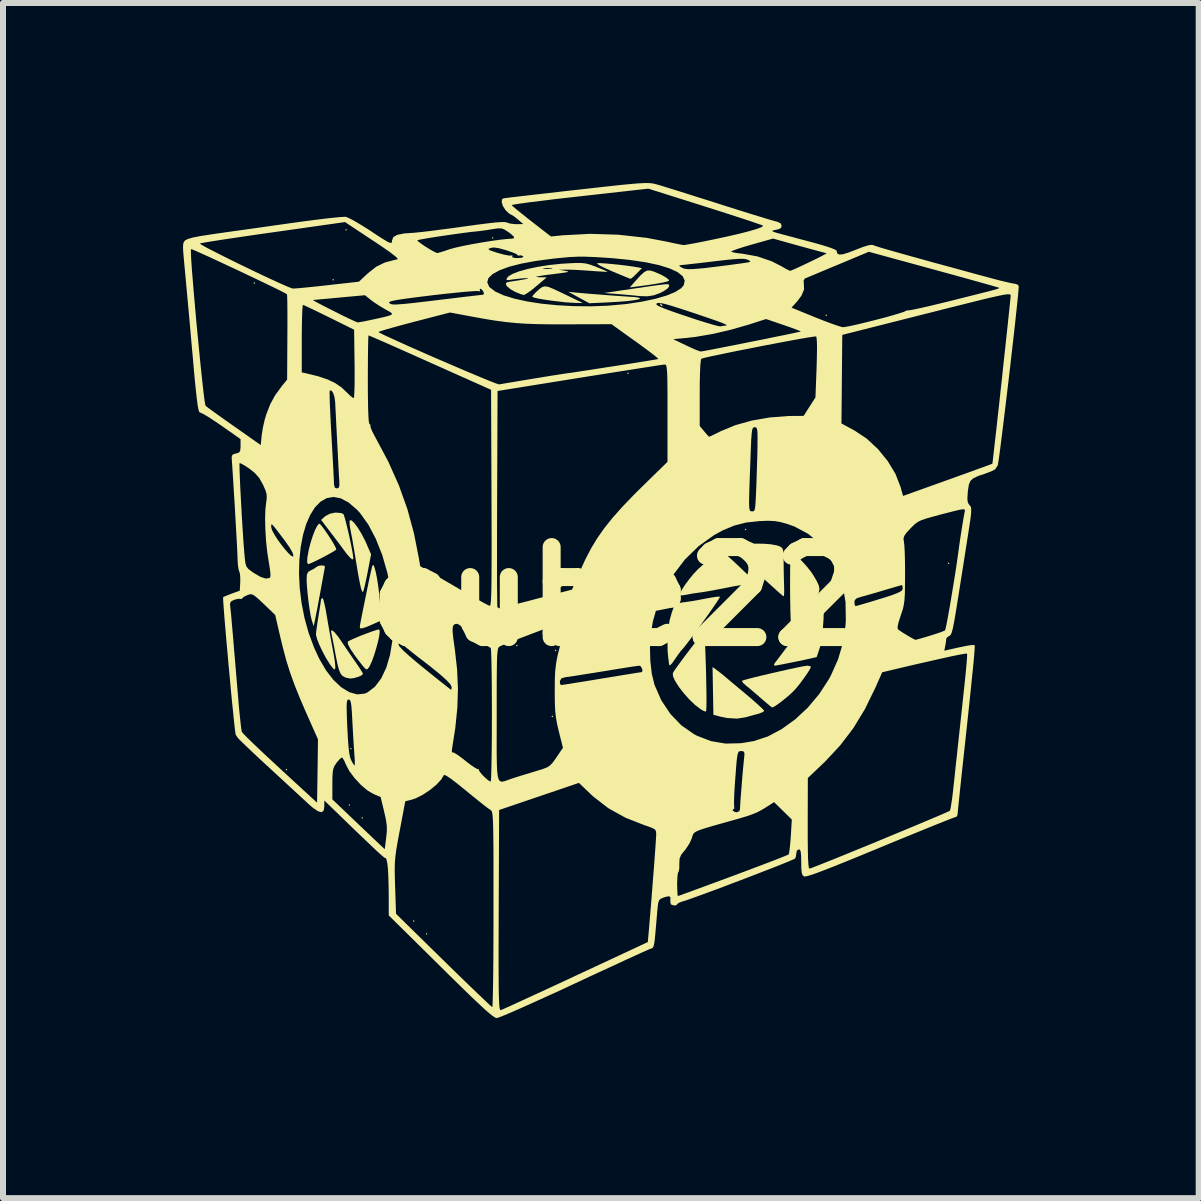
<source format=kicad_pcb>
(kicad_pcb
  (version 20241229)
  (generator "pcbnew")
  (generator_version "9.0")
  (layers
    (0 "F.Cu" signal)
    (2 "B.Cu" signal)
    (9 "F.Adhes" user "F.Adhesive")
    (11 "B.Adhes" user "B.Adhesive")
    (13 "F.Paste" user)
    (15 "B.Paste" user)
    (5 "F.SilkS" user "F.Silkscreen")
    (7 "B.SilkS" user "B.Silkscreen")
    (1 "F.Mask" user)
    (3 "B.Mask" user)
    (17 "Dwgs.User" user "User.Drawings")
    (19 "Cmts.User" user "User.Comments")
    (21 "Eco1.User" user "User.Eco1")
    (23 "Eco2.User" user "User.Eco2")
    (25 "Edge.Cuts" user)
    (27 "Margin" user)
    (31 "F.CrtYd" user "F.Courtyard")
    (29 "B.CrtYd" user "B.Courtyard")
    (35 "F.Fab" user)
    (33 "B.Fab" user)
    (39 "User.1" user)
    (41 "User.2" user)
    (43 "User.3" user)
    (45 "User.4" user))
  (footprint "cube22"
    (layer "F.Cu")
    (at 7.215 6.889)
    (property "Reference" "cube22" (at 0 0 0) (layer "F.SilkS") (effects (font (size 1.5 1.5) (thickness 0.3))))
    (attr board_only exclude_from_pos_files exclude_from_bom)
    (fp_poly (pts (xy -6.014 -5.222) (xy -6.028 -5.209) (xy -6.041 -5.222) (xy -6.028 -5.236)) (stroke (width 0) (type solid)) (fill yes) (layer "F.SilkS"))
    (fp_poly (pts (xy -5.477 2.886) (xy -5.491 2.9) (xy -5.504 2.886) (xy -5.491 2.873)) (stroke (width 0) (type solid)) (fill yes) (layer "F.SilkS"))
    (fp_poly (pts (xy -4.699 -5.276) (xy -4.712 -5.263) (xy -4.726 -5.276) (xy -4.712 -5.289)) (stroke (width 0) (type solid)) (fill yes) (layer "F.SilkS"))
    (fp_poly (pts (xy -4.484 -6.108) (xy -4.497 -6.095) (xy -4.511 -6.108) (xy -4.497 -6.122)) (stroke (width 0) (type solid)) (fill yes) (layer "F.SilkS"))
    (fp_poly (pts (xy -4.43 3.477) (xy -4.444 3.49) (xy -4.457 3.477) (xy -4.444 3.464)) (stroke (width 0) (type solid)) (fill yes) (layer "F.SilkS"))
    (fp_poly (pts (xy -4.403 2.537) (xy -4.417 2.551) (xy -4.43 2.537) (xy -4.417 2.524)) (stroke (width 0) (type solid)) (fill yes) (layer "F.SilkS"))
    (fp_poly (pts (xy -4.215 3.692) (xy -4.229 3.705) (xy -4.242 3.692) (xy -4.229 3.678)) (stroke (width 0) (type solid)) (fill yes) (layer "F.SilkS"))
    (fp_poly (pts (xy -3.356 5.41) (xy -3.37 5.424) (xy -3.383 5.41) (xy -3.37 5.397)) (stroke (width 0) (type solid)) (fill yes) (layer "F.SilkS"))
    (fp_poly (pts (xy -3.141 5.625) (xy -3.155 5.638) (xy -3.168 5.625) (xy -3.155 5.612)) (stroke (width 0) (type solid)) (fill yes) (layer "F.SilkS"))
    (fp_poly (pts (xy -2.041 -5.974) (xy -2.054 -5.961) (xy -2.067 -5.974) (xy -2.054 -5.988)) (stroke (width 0) (type solid)) (fill yes) (layer "F.SilkS"))
    (fp_poly (pts (xy -1.638 0.819) (xy -1.651 0.832) (xy -1.665 0.819) (xy -1.651 0.805)) (stroke (width 0) (type solid)) (fill yes) (layer "F.SilkS"))
    (fp_poly (pts (xy -1.047 2) (xy -1.061 2.014) (xy -1.074 2) (xy -1.061 1.987)) (stroke (width 0) (type solid)) (fill yes) (layer "F.SilkS"))
    (fp_poly (pts (xy -0.993 0.899) (xy -1.007 0.913) (xy -1.02 0.899) (xy -1.007 0.886)) (stroke (width 0) (type solid)) (fill yes) (layer "F.SilkS"))
    (fp_poly (pts (xy 0.215 -3.719) (xy 0.201 -3.705) (xy 0.188 -3.719) (xy 0.201 -3.732)) (stroke (width 0) (type solid)) (fill yes) (layer "F.SilkS"))
    (fp_poly (pts (xy 2.175 -1.114) (xy 2.161 -1.101) (xy 2.148 -1.114) (xy 2.161 -1.128)) (stroke (width 0) (type solid)) (fill yes) (layer "F.SilkS"))
    (fp_poly (pts (xy 3.517 -4.685) (xy 3.504 -4.672) (xy 3.49 -4.685) (xy 3.504 -4.699)) (stroke (width 0) (type solid)) (fill yes) (layer "F.SilkS"))
    (fp_poly (pts (xy 5.558 -0.55) (xy 5.545 -0.537) (xy 5.531 -0.55) (xy 5.545 -0.564)) (stroke (width 0) (type solid)) (fill yes) (layer "F.SilkS"))
    (fp_poly (pts (xy 0.748 -4.876) (xy 0.776 -4.849) (xy 0.771 -4.833) (xy 0.767 -4.833) (xy 0.744 -4.852) (xy 0.736 -4.864) (xy 0.733 -4.882)) (stroke (width 0) (type solid)) (fill yes) (layer "F.SilkS"))
    (fp_poly (pts (xy 0.64 -5.41) (xy 0.649 -5.406) (xy 0.757 -5.359) (xy 0.837 -5.313) (xy 0.881 -5.276) (xy 0.886 -5.263) (xy 0.86 -5.249) (xy 0.787 -5.231) (xy 0.671 -5.21) (xy 0.518 -5.187) (xy 0.364 -5.166) (xy 0.231 -5.149) (xy 0.322 -5.253) (xy 0.407 -5.347) (xy 0.47 -5.404) (xy 0.522 -5.43) (xy 0.575 -5.43)) (stroke (width 0) (type solid)) (fill yes) (layer "F.SilkS"))
    (fp_poly (pts (xy -0.658 -5.062) (xy -0.576 -5.055) (xy -0.454 -5.044) (xy -0.307 -5.033) (xy -0.148 -5.02) (xy 0.009 -5.009) (xy 0.15 -4.999) (xy 0.26 -4.991) (xy 0.302 -4.989) (xy 0.367 -4.981) (xy 0.401 -4.969) (xy 0.403 -4.965) (xy 0.377 -4.95) (xy 0.3 -4.935) (xy 0.177 -4.92) (xy 0.012 -4.908) (xy -0.146 -4.899) (xy -0.443 -4.885) (xy -0.618 -4.98) (xy -0.792 -5.076)) (stroke (width 0) (type solid)) (fill yes) (layer "F.SilkS"))
    (fp_poly (pts (xy -0.182 -5.549) (xy -0.071 -5.539) (xy 0.053 -5.527) (xy 0.175 -5.512) (xy 0.283 -5.497) (xy 0.357 -5.485) (xy 0.433 -5.47) (xy 0.345 -5.38) (xy 0.291 -5.327) (xy 0.252 -5.296) (xy 0.243 -5.292) (xy 0.214 -5.303) (xy 0.146 -5.33) (xy 0.048 -5.371) (xy -0.067 -5.419) (xy -0.18 -5.47) (xy -0.264 -5.511) (xy -0.31 -5.54) (xy -0.312 -5.553) (xy -0.267 -5.554)) (stroke (width 0) (type solid)) (fill yes) (layer "F.SilkS"))
    (fp_poly (pts (xy -1.126 -5.157) (xy -1.052 -5.128) (xy -0.946 -5.079) (xy -0.819 -5.018) (xy -0.55 -4.888) (xy -0.671 -4.891) (xy -0.767 -4.896) (xy -0.855 -4.902) (xy -0.873 -4.904) (xy -1.04 -4.924) (xy -1.183 -4.944) (xy -1.295 -4.963) (xy -1.368 -4.98) (xy -1.396 -4.994) (xy -1.396 -4.994) (xy -1.378 -5.023) (xy -1.331 -5.072) (xy -1.3 -5.1) (xy -1.257 -5.137) (xy -1.22 -5.159) (xy -1.179 -5.167)) (stroke (width 0) (type solid)) (fill yes) (layer "F.SilkS"))
    (fp_poly (pts (xy 0.877 -5.199) (xy 0.886 -5.19) (xy 0.886 -5.177) (xy 0.886 -5.167) (xy 0.863 -5.133) (xy 0.801 -5.09) (xy 0.745 -5.06) (xy 0.634 -5.018) (xy 0.524 -5.001) (xy 0.392 -5.005) (xy 0.349 -5.01) (xy 0.292 -5.016) (xy 0.199 -5.024) (xy 0.085 -5.034) (xy 0.04 -5.037) (xy -0.201 -5.056) (xy 0.309 -5.131) (xy 0.498 -5.159) (xy 0.641 -5.179) (xy 0.744 -5.193) (xy 0.813 -5.201) (xy 0.855 -5.203)) (stroke (width 0) (type solid)) (fill yes) (layer "F.SilkS"))
    (fp_poly (pts (xy -4.581 -1.389) (xy -4.543 -1.373) (xy -4.53 -1.343) (xy -4.509 -1.272) (xy -4.484 -1.172) (xy -4.456 -1.054) (xy -4.429 -0.931) (xy -4.405 -0.813) (xy -4.387 -0.714) (xy -4.377 -0.644) (xy -4.377 -0.627) (xy -4.39 -0.615) (xy -4.427 -0.641) (xy -4.479 -0.7) (xy -4.499 -0.725) (xy -4.55 -0.794) (xy -4.622 -0.891) (xy -4.703 -0.998) (xy -4.746 -1.054) (xy -4.914 -1.275) (xy -4.845 -1.336) (xy -4.768 -1.378) (xy -4.672 -1.397)) (stroke (width 0) (type solid)) (fill yes) (layer "F.SilkS"))
    (fp_poly (pts (xy -4.933 -1.208) (xy -4.877 -1.139) (xy -4.816 -1.053) (xy -4.757 -0.963) (xy -4.706 -0.88) (xy -4.672 -0.816) (xy -4.661 -0.781) (xy -4.662 -0.779) (xy -4.699 -0.753) (xy -4.769 -0.713) (xy -4.857 -0.665) (xy -4.952 -0.616) (xy -5.038 -0.574) (xy -5.102 -0.546) (xy -5.129 -0.537) (xy -5.146 -0.561) (xy -5.144 -0.634) (xy -5.14 -0.665) (xy -5.118 -0.782) (xy -5.087 -0.902) (xy -5.05 -1.015) (xy -5.013 -1.11) (xy -4.977 -1.179) (xy -4.948 -1.211)) (stroke (width 0) (type solid)) (fill yes) (layer "F.SilkS"))
    (fp_poly (pts (xy 1.684 1.231) (xy 1.761 1.29) (xy 1.83 1.348) (xy 1.895 1.403) (xy 1.951 1.45) (xy 1.951 1.45) (xy 2.11 1.582) (xy 2.245 1.696) (xy 2.352 1.79) (xy 2.427 1.859) (xy 2.466 1.9) (xy 2.47 1.908) (xy 2.447 1.928) (xy 2.388 1.952) (xy 2.356 1.961) (xy 2.262 1.986) (xy 2.175 2.011) (xy 2.16 2.015) (xy 2.018 2.037) (xy 1.852 2.027) (xy 1.745 2.005) (xy 1.624 1.973) (xy 1.617 1.575) (xy 1.61 1.177)) (stroke (width 0) (type solid)) (fill yes) (layer "F.SilkS"))
    (fp_poly (pts (xy -4.864 -0.512) (xy -4.85 -0.497) (xy -4.86 -0.437) (xy -4.878 -0.339) (xy -4.901 -0.213) (xy -4.926 -0.075) (xy -4.952 0.064) (xy -4.975 0.19) (xy -4.995 0.29) (xy -5.004 0.336) (xy -5.037 0.497) (xy -5.068 0.403) (xy -5.087 0.324) (xy -5.107 0.207) (xy -5.126 0.07) (xy -5.141 -0.071) (xy -5.152 -0.2) (xy -5.155 -0.289) (xy -5.15 -0.365) (xy -5.129 -0.408) (xy -5.081 -0.436) (xy -5.024 -0.466) (xy -4.993 -0.489) (xy -4.959 -0.508) (xy -4.908 -0.516)) (stroke (width 0) (type solid)) (fill yes) (layer "F.SilkS"))
    (fp_poly (pts (xy -4.405 -1.265) (xy -4.359 -1.221) (xy -4.304 -1.147) (xy -4.244 -1.05) (xy -4.186 -0.94) (xy -4.165 -0.894) (xy -4.081 -0.701) (xy -4.139 -0.398) (xy -4.164 -0.275) (xy -4.187 -0.173) (xy -4.205 -0.101) (xy -4.216 -0.072) (xy -4.23 -0.084) (xy -4.249 -0.137) (xy -4.265 -0.207) (xy -4.288 -0.324) (xy -4.311 -0.457) (xy -4.324 -0.537) (xy -4.362 -0.768) (xy -4.394 -0.952) (xy -4.422 -1.098) (xy -4.428 -1.128) (xy -4.439 -1.204) (xy -4.438 -1.258) (xy -4.433 -1.269)) (stroke (width 0) (type solid)) (fill yes) (layer "F.SilkS"))
    (fp_poly (pts (xy -3.945 0.552) (xy -3.937 0.585) (xy -3.945 0.656) (xy -3.965 0.754) (xy -3.995 0.864) (xy -4.029 0.977) (xy -4.066 1.079) (xy -4.102 1.158) (xy -4.118 1.184) (xy -4.141 1.213) (xy -4.164 1.215) (xy -4.197 1.185) (xy -4.247 1.123) (xy -4.35 0.988) (xy -4.423 0.879) (xy -4.464 0.802) (xy -4.471 0.758) (xy -4.468 0.754) (xy -4.431 0.732) (xy -4.36 0.7) (xy -4.268 0.661) (xy -4.167 0.622) (xy -4.072 0.587) (xy -3.996 0.562) (xy -3.951 0.551)) (stroke (width 0) (type solid)) (fill yes) (layer "F.SilkS"))
    (fp_poly (pts (xy -4.69 0.598) (xy -4.634 0.666) (xy -4.597 0.718) (xy -4.531 0.816) (xy -4.45 0.935) (xy -4.369 1.053) (xy -4.355 1.073) (xy -4.293 1.163) (xy -4.246 1.236) (xy -4.219 1.282) (xy -4.215 1.29) (xy -4.239 1.316) (xy -4.296 1.342) (xy -4.368 1.362) (xy -4.429 1.369) (xy -4.507 1.353) (xy -4.561 1.322) (xy -4.59 1.285) (xy -4.617 1.22) (xy -4.643 1.119) (xy -4.671 0.98) (xy -4.694 0.854) (xy -4.716 0.743) (xy -4.733 0.661) (xy -4.741 0.624) (xy -4.748 0.574) (xy -4.73 0.566)) (stroke (width 0) (type solid)) (fill yes) (layer "F.SilkS"))
    (fp_poly (pts (xy -4.025 -0.485) (xy -4.004 -0.41) (xy -3.983 -0.306) (xy -3.963 -0.181) (xy -3.946 -0.043) (xy -3.933 0.099) (xy -3.931 0.127) (xy -3.912 0.402) (xy -4.065 0.47) (xy -4.167 0.513) (xy -4.23 0.533) (xy -4.261 0.532) (xy -4.269 0.512) (xy -4.264 0.473) (xy -4.251 0.402) (xy -4.242 0.358) (xy -4.227 0.281) (xy -4.204 0.167) (xy -4.176 0.03) (xy -4.147 -0.113) (xy -4.146 -0.117) (xy -4.119 -0.251) (xy -4.093 -0.37) (xy -4.072 -0.461) (xy -4.059 -0.513) (xy -4.057 -0.516) (xy -4.043 -0.523)) (stroke (width 0) (type solid)) (fill yes) (layer "F.SilkS"))
    (fp_poly (pts (xy 2.969 -0.705) (xy 3.033 -0.653) (xy 3.109 -0.578) (xy 3.187 -0.491) (xy 3.256 -0.403) (xy 3.294 -0.345) (xy 3.347 -0.254) (xy 3.38 -0.183) (xy 3.392 -0.121) (xy 3.379 -0.058) (xy 3.341 0.017) (xy 3.274 0.115) (xy 3.181 0.242) (xy 3.097 0.354) (xy 3.023 0.451) (xy 2.967 0.525) (xy 2.934 0.567) (xy 2.929 0.572) (xy 2.923 0.553) (xy 2.917 0.487) (xy 2.912 0.381) (xy 2.907 0.242) (xy 2.904 0.077) (xy 2.902 -0.065) (xy 2.902 -0.295) (xy 2.903 -0.474) (xy 2.907 -0.603) (xy 2.914 -0.685) (xy 2.923 -0.722) (xy 2.927 -0.725)) (stroke (width 0) (type solid)) (fill yes) (layer "F.SilkS"))
    (fp_poly (pts (xy -4.877 0.052) (xy -4.859 0.119) (xy -4.838 0.217) (xy -4.821 0.315) (xy -4.794 0.473) (xy -4.763 0.648) (xy -4.733 0.812) (xy -4.722 0.869) (xy -4.7 0.988) (xy -4.684 1.092) (xy -4.677 1.167) (xy -4.677 1.192) (xy -4.686 1.218) (xy -4.705 1.211) (xy -4.742 1.165) (xy -4.769 1.128) (xy -4.831 1.029) (xy -4.891 0.917) (xy -4.944 0.805) (xy -4.982 0.708) (xy -4.999 0.639) (xy -4.999 0.631) (xy -4.995 0.582) (xy -4.983 0.495) (xy -4.966 0.384) (xy -4.956 0.322) (xy -4.938 0.21) (xy -4.924 0.119) (xy -4.915 0.061) (xy -4.914 0.047) (xy -4.893 0.027) (xy -4.891 0.027)) (stroke (width 0) (type solid)) (fill yes) (layer "F.SilkS"))
    (fp_poly (pts (xy 1.473 0.63) (xy 1.479 0.706) (xy 1.486 0.817) (xy 1.492 0.955) (xy 1.497 1.11) (xy 1.502 1.273) (xy 1.505 1.435) (xy 1.508 1.588) (xy 1.509 1.722) (xy 1.508 1.827) (xy 1.505 1.895) (xy 1.501 1.918) (xy 1.472 1.914) (xy 1.42 1.886) (xy 1.414 1.882) (xy 1.319 1.81) (xy 1.222 1.717) (xy 1.13 1.613) (xy 1.049 1.509) (xy 0.987 1.411) (xy 0.951 1.332) (xy 0.948 1.28) (xy 0.969 1.243) (xy 1.015 1.177) (xy 1.079 1.089) (xy 1.153 0.989) (xy 1.232 0.885) (xy 1.309 0.785) (xy 1.378 0.699) (xy 1.431 0.635) (xy 1.462 0.601) (xy 1.467 0.599)) (stroke (width 0) (type solid)) (fill yes) (layer "F.SilkS"))
    (fp_poly (pts (xy 2.467 -0.877) (xy 2.582 -0.868) (xy 2.677 -0.851) (xy 2.719 -0.838) (xy 2.753 -0.821) (xy 2.775 -0.799) (xy 2.787 -0.76) (xy 2.792 -0.692) (xy 2.794 -0.584) (xy 2.795 -0.558) (xy 2.796 -0.424) (xy 2.799 -0.29) (xy 2.802 -0.179) (xy 2.803 -0.154) (xy 2.804 -0.072) (xy 2.8 -0.016) (xy 2.794 -0.000414) (xy 2.771 -0.018) (xy 2.714 -0.067) (xy 2.631 -0.142) (xy 2.526 -0.237) (xy 2.405 -0.348) (xy 2.364 -0.387) (xy 2.24 -0.503) (xy 2.13 -0.608) (xy 2.039 -0.695) (xy 1.975 -0.76) (xy 1.942 -0.796) (xy 1.939 -0.8) (xy 1.955 -0.826) (xy 2.014 -0.848) (xy 2.105 -0.864) (xy 2.217 -0.875) (xy 2.342 -0.879)) (stroke (width 0) (type solid)) (fill yes) (layer "F.SilkS"))
    (fp_poly (pts (xy 3.236 1.162) (xy 3.249 1.175) (xy 3.233 1.212) (xy 3.191 1.28) (xy 3.131 1.366) (xy 3.062 1.459) (xy 2.999 1.536) (xy 2.943 1.595) (xy 2.867 1.664) (xy 2.783 1.733) (xy 2.704 1.793) (xy 2.64 1.836) (xy 2.603 1.851) (xy 2.602 1.851) (xy 2.578 1.834) (xy 2.524 1.789) (xy 2.45 1.726) (xy 2.416 1.697) (xy 2.325 1.618) (xy 2.24 1.545) (xy 2.175 1.492) (xy 2.164 1.483) (xy 2.117 1.44) (xy 2.1 1.41) (xy 2.102 1.406) (xy 2.133 1.395) (xy 2.206 1.375) (xy 2.313 1.347) (xy 2.443 1.316) (xy 2.587 1.282) (xy 2.735 1.248) (xy 2.877 1.216) (xy 3.003 1.189) (xy 3.105 1.168) (xy 3.171 1.157) (xy 3.188 1.155)) (stroke (width 0) (type solid)) (fill yes) (layer "F.SilkS"))
    (fp_poly (pts (xy 3.456 0.105) (xy 3.463 0.172) (xy 3.463 0.27) (xy 3.459 0.388) (xy 3.45 0.515) (xy 3.437 0.64) (xy 3.421 0.752) (xy 3.402 0.839) (xy 3.396 0.859) (xy 3.37 0.939) (xy 3.351 0.995) (xy 3.345 1.011) (xy 3.32 1.018) (xy 3.254 1.033) (xy 3.158 1.054) (xy 3.047 1.077) (xy 2.93 1.101) (xy 2.82 1.123) (xy 2.729 1.141) (xy 2.669 1.152) (xy 2.652 1.155) (xy 2.631 1.142) (xy 2.631 1.141) (xy 2.646 1.113) (xy 2.67 1.081) (xy 2.697 1.046) (xy 2.751 0.975) (xy 2.826 0.875) (xy 2.918 0.753) (xy 3.02 0.615) (xy 3.063 0.557) (xy 3.167 0.419) (xy 3.262 0.296) (xy 3.341 0.195) (xy 3.401 0.123) (xy 3.437 0.085) (xy 3.444 0.081)) (stroke (width 0) (type solid)) (fill yes) (layer "F.SilkS"))
    (fp_poly (pts (xy 1.804 -0.724) (xy 1.861 -0.674) (xy 1.938 -0.604) (xy 2.025 -0.523) (xy 2.114 -0.439) (xy 2.196 -0.36) (xy 2.261 -0.296) (xy 2.301 -0.253) (xy 2.309 -0.24) (xy 2.285 -0.226) (xy 2.223 -0.21) (xy 2.168 -0.201) (xy 2.077 -0.187) (xy 1.954 -0.166) (xy 1.822 -0.14) (xy 1.772 -0.13) (xy 1.645 -0.106) (xy 1.523 -0.084) (xy 1.425 -0.068) (xy 1.396 -0.064) (xy 1.294 -0.05) (xy 1.194 -0.032) (xy 1.176 -0.028) (xy 1.109 -0.017) (xy 1.067 -0.017) (xy 1.064 -0.019) (xy 1.067 -0.051) (xy 1.099 -0.112) (xy 1.152 -0.193) (xy 1.218 -0.282) (xy 1.29 -0.371) (xy 1.361 -0.447) (xy 1.447 -0.525) (xy 1.54 -0.601) (xy 1.63 -0.668) (xy 1.706 -0.719) (xy 1.759 -0.744) (xy 1.774 -0.746)) (stroke (width 0) (type solid)) (fill yes) (layer "F.SilkS"))
    (fp_poly (pts (xy 1.734 0.007) (xy 1.723 0.03) (xy 1.685 0.089) (xy 1.626 0.176) (xy 1.553 0.281) (xy 1.47 0.397) (xy 1.384 0.517) (xy 1.299 0.632) (xy 1.223 0.735) (xy 1.16 0.817) (xy 1.117 0.87) (xy 1.102 0.886) (xy 1.078 0.914) (xy 1.035 0.972) (xy 0.997 1.027) (xy 0.941 1.107) (xy 0.907 1.145) (xy 0.89 1.148) (xy 0.884 1.121) (xy 0.878 1.069) (xy 0.871 1.02) (xy 0.861 0.913) (xy 0.86 0.777) (xy 0.866 0.632) (xy 0.878 0.498) (xy 0.895 0.396) (xy 0.897 0.389) (xy 0.931 0.268) (xy 0.96 0.188) (xy 0.992 0.141) (xy 1.035 0.115) (xy 1.099 0.102) (xy 1.146 0.096) (xy 1.254 0.081) (xy 1.385 0.058) (xy 1.51 0.034) (xy 1.61 0.016) (xy 1.688 0.005) (xy 1.73 0.005)) (stroke (width 0) (type solid)) (fill yes) (layer "F.SilkS"))
    (fp_poly (pts (xy -0.577 -5.556) (xy -0.502 -5.548) (xy -0.43 -5.529) (xy -0.344 -5.498) (xy -0.326 -5.49) (xy -0.236 -5.454) (xy -0.171 -5.426) (xy -0.141 -5.411) (xy -0.141 -5.41) (xy -0.169 -5.409) (xy -0.239 -5.413) (xy -0.339 -5.419) (xy -0.43 -5.426) (xy -0.562 -5.435) (xy -0.689 -5.442) (xy -0.791 -5.445) (xy -0.832 -5.445) (xy -0.953 -5.443) (xy -0.846 -5.426) (xy -0.805 -5.417) (xy -0.797 -5.409) (xy -0.829 -5.4) (xy -0.903 -5.389) (xy -1.02 -5.374) (xy -1.17 -5.355) (xy -1.27 -5.34) (xy -1.321 -5.33) (xy -1.326 -5.323) (xy -1.289 -5.319) (xy -1.255 -5.318) (xy -1.154 -5.316) (xy -1.328 -5.169) (xy -1.411 -5.101) (xy -1.482 -5.051) (xy -1.528 -5.025) (xy -1.536 -5.023) (xy -1.58 -5.035) (xy -1.651 -5.063) (xy -1.684 -5.078) (xy -1.759 -5.12) (xy -1.814 -5.166) (xy -1.825 -5.181) (xy -1.836 -5.213) (xy -1.819 -5.232) (xy -1.764 -5.245) (xy -1.725 -5.251) (xy -1.6 -5.27) (xy -1.512 -5.286) (xy -1.466 -5.297) (xy -1.464 -5.303) (xy -1.51 -5.303) (xy -1.557 -5.3) (xy -1.656 -5.29) (xy -1.737 -5.28) (xy -1.779 -5.272) (xy -1.818 -5.272) (xy -1.826 -5.284) (xy -1.8 -5.328) (xy -1.728 -5.372) (xy -1.616 -5.416) (xy -1.472 -5.456) (xy -1.437 -5.464) (xy -1.22 -5.464) (xy -1.191 -5.459) (xy -1.141 -5.458) (xy -1.077 -5.46) (xy -1.054 -5.465) (xy -1.067 -5.469) (xy -1.141 -5.474) (xy -1.201 -5.47) (xy -1.22 -5.464) (xy -1.437 -5.464) (xy -1.302 -5.492) (xy -1.113 -5.522) (xy -0.913 -5.543) (xy -0.804 -5.55) (xy -0.672 -5.556)) (stroke (width 0) (type solid)) (fill yes) (layer "F.SilkS"))
    (fp_poly (pts (xy 0.567 -6.887) (xy 0.611 -6.882) (xy 0.649 -6.874) (xy 0.671 -6.868) (xy 0.732 -6.851) (xy 0.836 -6.819) (xy 0.977 -6.775) (xy 1.148 -6.722) (xy 1.342 -6.66) (xy 1.552 -6.594) (xy 1.718 -6.541) (xy 1.931 -6.473) (xy 2.129 -6.411) (xy 2.307 -6.356) (xy 2.458 -6.31) (xy 2.576 -6.274) (xy 2.654 -6.252) (xy 2.685 -6.245) (xy 2.744 -6.218) (xy 2.76 -6.183) (xy 2.755 -6.144) (xy 2.717 -6.121) (xy 2.666 -6.109) (xy 2.62 -6.099) (xy 2.602 -6.09) (xy 2.62 -6.078) (xy 2.677 -6.059) (xy 2.781 -6.031) (xy 2.792 -6.028) (xy 2.914 -5.996) (xy 3.066 -5.955) (xy 3.227 -5.912) (xy 3.35 -5.879) (xy 3.474 -5.843) (xy 3.576 -5.81) (xy 3.648 -5.781) (xy 3.678 -5.762) (xy 3.678 -5.76) (xy 3.688 -5.716) (xy 3.719 -5.697) (xy 3.78 -5.701) (xy 3.876 -5.73) (xy 3.992 -5.775) (xy 4.122 -5.825) (xy 4.211 -5.852) (xy 4.268 -5.859) (xy 4.291 -5.852) (xy 4.33 -5.838) (xy 4.418 -5.81) (xy 4.557 -5.77) (xy 4.747 -5.716) (xy 4.987 -5.649) (xy 5.278 -5.568) (xy 5.621 -5.475) (xy 6.015 -5.367) (xy 6.26 -5.301) (xy 6.392 -5.266) (xy 6.509 -5.238) (xy 6.6 -5.218) (xy 6.652 -5.209) (xy 6.656 -5.209) (xy 6.703 -5.191) (xy 6.712 -5.162) (xy 6.709 -5.11) (xy 6.701 -5.014) (xy 6.687 -4.879) (xy 6.669 -4.711) (xy 6.648 -4.516) (xy 6.624 -4.3) (xy 6.597 -4.069) (xy 6.57 -3.828) (xy 6.541 -3.583) (xy 6.512 -3.341) (xy 6.484 -3.106) (xy 6.457 -2.886) (xy 6.432 -2.685) (xy 6.41 -2.51) (xy 6.391 -2.366) (xy 6.376 -2.259) (xy 6.365 -2.195) (xy 6.361 -2.179) (xy 6.338 -2.149) (xy 6.337 -2.138) (xy 6.313 -2.114) (xy 6.251 -2.082) (xy 6.163 -2.049) (xy 6.154 -2.046) (xy 6.034 -2.005) (xy 5.955 -1.968) (xy 5.907 -1.924) (xy 5.882 -1.864) (xy 5.868 -1.776) (xy 5.864 -1.744) (xy 5.857 -1.643) (xy 5.861 -1.579) (xy 5.878 -1.538) (xy 5.893 -1.522) (xy 5.908 -1.503) (xy 5.918 -1.478) (xy 5.921 -1.439) (xy 5.918 -1.379) (xy 5.908 -1.291) (xy 5.889 -1.165) (xy 5.863 -0.996) (xy 5.857 -0.959) (xy 5.825 -0.754) (xy 5.788 -0.517) (xy 5.749 -0.272) (xy 5.712 -0.038) (xy 5.69 0.1) (xy 5.66 0.286) (xy 5.636 0.426) (xy 5.616 0.526) (xy 5.599 0.593) (xy 5.582 0.634) (xy 5.565 0.654) (xy 5.554 0.659) (xy 5.513 0.688) (xy 5.504 0.71) (xy 5.499 0.761) (xy 5.488 0.825) (xy 5.472 0.905) (xy 5.716 0.85) (xy 5.824 0.828) (xy 5.911 0.813) (xy 5.964 0.809) (xy 5.975 0.811) (xy 5.978 0.819) (xy 5.979 0.839) (xy 5.978 0.875) (xy 5.974 0.928) (xy 5.968 1.004) (xy 5.959 1.106) (xy 5.946 1.236) (xy 5.929 1.399) (xy 5.909 1.597) (xy 5.884 1.835) (xy 5.854 2.115) (xy 5.819 2.442) (xy 5.778 2.818) (xy 5.773 2.864) (xy 5.752 3.059) (xy 5.733 3.238) (xy 5.717 3.393) (xy 5.704 3.517) (xy 5.696 3.603) (xy 5.692 3.643) (xy 5.692 3.645) (xy 5.671 3.676) (xy 5.658 3.678) (xy 5.628 3.688) (xy 5.552 3.717) (xy 5.437 3.763) (xy 5.287 3.823) (xy 5.107 3.896) (xy 4.902 3.98) (xy 4.676 4.072) (xy 4.436 4.171) (xy 4.403 4.185) (xy 4.105 4.308) (xy 3.853 4.411) (xy 3.644 4.495) (xy 3.475 4.561) (xy 3.344 4.611) (xy 3.247 4.644) (xy 3.181 4.663) (xy 3.144 4.669) (xy 3.135 4.667) (xy 3.11 4.646) (xy 3.096 4.604) (xy 3.089 4.53) (xy 3.088 4.429) (xy 3.086 4.319) (xy 3.079 4.253) (xy 3.065 4.222) (xy 3.047 4.215) (xy 3.015 4.238) (xy 3.007 4.276) (xy 2.998 4.338) (xy 2.986 4.368) (xy 2.958 4.383) (xy 2.887 4.414) (xy 2.778 4.458) (xy 2.64 4.513) (xy 2.478 4.576) (xy 2.3 4.645) (xy 2.113 4.717) (xy 1.922 4.789) (xy 1.736 4.86) (xy 1.56 4.925) (xy 1.401 4.983) (xy 1.268 5.031) (xy 1.165 5.067) (xy 1.1 5.087) (xy 1.093 5.089) (xy 1.04 5.11) (xy 1.02 5.133) (xy 0.998 5.15) (xy 0.96 5.15) (xy 0.916 5.133) (xy 0.906 5.087) (xy 0.907 5.068) (xy 0.908 5.017) (xy 0.887 4.997) (xy 0.835 5.006) (xy 0.786 5.022) (xy 0.745 5.04) (xy 0.719 5.065) (xy 0.704 5.11) (xy 0.694 5.19) (xy 0.688 5.251) (xy 0.672 5.445) (xy 0.659 5.592) (xy 0.649 5.699) (xy 0.64 5.773) (xy 0.63 5.82) (xy 0.619 5.848) (xy 0.606 5.862) (xy 0.588 5.869) (xy 0.567 5.876) (xy 0.529 5.892) (xy 0.448 5.928) (xy 0.328 5.983) (xy 0.174 6.053) (xy -0.008 6.138) (xy -0.215 6.233) (xy -0.44 6.337) (xy -0.678 6.448) (xy -0.712 6.464) (xy -0.952 6.576) (xy -1.179 6.679) (xy -1.388 6.774) (xy -1.573 6.857) (xy -1.731 6.926) (xy -1.855 6.979) (xy -1.942 7.013) (xy -1.986 7.028) (xy -1.988 7.028) (xy -2.013 7.02) (xy -2.054 6.993) (xy -2.114 6.945) (xy -2.195 6.874) (xy -2.3 6.776) (xy -2.433 6.65) (xy -2.596 6.491) (xy -2.792 6.299) (xy -2.92 6.172) (xy -3.786 5.317) (xy -3.787 4.934) (xy -3.79 4.786) (xy -3.794 4.648) (xy -3.8 4.543) (xy -3.687 4.543) (xy -3.685 4.671) (xy -3.681 4.832) (xy -3.68 4.84) (xy -3.665 5.29) (xy -2.873 6.067) (xy -2.702 6.234) (xy -2.543 6.389) (xy -2.4 6.527) (xy -2.276 6.646) (xy -2.177 6.74) (xy -2.106 6.807) (xy -2.067 6.841) (xy -2.061 6.845) (xy -2.057 6.819) (xy -2.054 6.745) (xy -2.051 6.625) (xy -2.048 6.466) (xy -2.045 6.271) (xy -2.044 6.121) (xy -1.956 6.121) (xy -1.955 6.328) (xy -1.954 6.495) (xy -1.952 6.628) (xy -1.949 6.729) (xy -1.945 6.802) (xy -1.94 6.852) (xy -1.934 6.881) (xy -1.927 6.894) (xy -1.922 6.896) (xy -1.89 6.883) (xy -1.815 6.85) (xy -1.701 6.798) (xy -1.553 6.73) (xy -1.375 6.648) (xy -1.173 6.555) (xy -0.951 6.452) (xy -0.714 6.342) (xy -0.676 6.324) (xy 0.531 5.761) (xy 0.548 5.572) (xy 0.559 5.437) (xy 0.573 5.274) (xy 0.588 5.093) (xy 0.603 4.901) (xy 0.611 4.793) (xy 1.02 4.793) (xy 1.022 4.889) (xy 1.026 4.96) (xy 1.031 4.993) (xy 1.032 4.994) (xy 1.06 4.985) (xy 1.131 4.959) (xy 1.242 4.919) (xy 1.386 4.866) (xy 1.557 4.803) (xy 1.75 4.732) (xy 1.952 4.657) (xy 2.161 4.579) (xy 2.354 4.506) (xy 2.526 4.441) (xy 2.67 4.386) (xy 2.78 4.342) (xy 2.851 4.313) (xy 2.878 4.301) (xy 2.887 4.268) (xy 2.897 4.194) (xy 2.907 4.089) (xy 2.914 4.001) (xy 2.927 3.782) (xy 3.196 3.782) (xy 3.196 4.025) (xy 3.198 4.217) (xy 3.201 4.361) (xy 3.207 4.461) (xy 3.214 4.519) (xy 3.224 4.538) (xy 3.224 4.538) (xy 3.254 4.528) (xy 3.329 4.499) (xy 3.443 4.454) (xy 3.592 4.395) (xy 3.77 4.323) (xy 3.972 4.24) (xy 4.194 4.15) (xy 4.399 4.065) (xy 4.633 3.968) (xy 4.852 3.877) (xy 5.051 3.794) (xy 5.224 3.721) (xy 5.367 3.661) (xy 5.475 3.614) (xy 5.543 3.584) (xy 5.565 3.573) (xy 5.575 3.541) (xy 5.588 3.466) (xy 5.604 3.357) (xy 5.62 3.225) (xy 5.625 3.174) (xy 5.641 3.029) (xy 5.66 2.846) (xy 5.683 2.639) (xy 5.706 2.423) (xy 5.729 2.213) (xy 5.734 2.168) (xy 5.765 1.879) (xy 5.791 1.638) (xy 5.812 1.442) (xy 5.828 1.286) (xy 5.839 1.166) (xy 5.847 1.078) (xy 5.851 1.017) (xy 5.853 0.979) (xy 5.851 0.959) (xy 5.849 0.953) (xy 5.818 0.955) (xy 5.738 0.969) (xy 5.609 0.995) (xy 5.436 1.033) (xy 5.219 1.082) (xy 4.96 1.141) (xy 4.735 1.194) (xy 4.437 1.265) (xy 4.323 1.523) (xy 4.148 1.881) (xy 3.955 2.198) (xy 3.735 2.486) (xy 3.481 2.758) (xy 3.452 2.785) (xy 3.198 3.027) (xy 3.196 3.782) (xy 2.927 3.782) (xy 2.931 3.719) (xy 2.783 3.574) (xy 2.635 3.429) (xy 2.506 3.512) (xy 2.431 3.557) (xy 2.363 3.594) (xy 2.288 3.626) (xy 2.196 3.659) (xy 2.073 3.696) (xy 1.933 3.736) (xy 1.736 3.791) (xy 1.585 3.834) (xy 1.472 3.868) (xy 1.393 3.895) (xy 1.339 3.918) (xy 1.306 3.939) (xy 1.287 3.962) (xy 1.276 3.99) (xy 1.266 4.024) (xy 1.265 4.029) (xy 1.225 4.118) (xy 1.165 4.209) (xy 1.142 4.238) (xy 1.086 4.308) (xy 1.06 4.372) (xy 1.056 4.456) (xy 1.056 4.464) (xy 1.055 4.538) (xy 1.047 4.584) (xy 1.04 4.591) (xy 1.031 4.616) (xy 1.024 4.681) (xy 1.02 4.774) (xy 1.02 4.793) (xy 0.611 4.793) (xy 0.618 4.706) (xy 0.633 4.518) (xy 0.646 4.344) (xy 0.657 4.193) (xy 0.665 4.072) (xy 0.67 3.99) (xy 0.671 3.959) (xy 0.668 3.916) (xy 0.651 3.886) (xy 0.609 3.861) (xy 0.532 3.832) (xy 0.482 3.816) (xy 0.16 3.689) (xy -0.072 3.561) (xy 1.943 3.561) (xy 1.947 3.571) (xy 1.984 3.594) (xy 2.015 3.598) (xy 2.058 3.579) (xy 2.068 3.537) (xy 2.07 3.482) (xy 2.076 3.387) (xy 2.086 3.263) (xy 2.097 3.125) (xy 2.108 2.985) (xy 2.12 2.855) (xy 2.13 2.75) (xy 2.135 2.705) (xy 2.142 2.628) (xy 2.136 2.591) (xy 2.111 2.579) (xy 2.086 2.578) (xy 2.063 2.579) (xy 2.046 2.589) (xy 2.033 2.614) (xy 2.022 2.662) (xy 2.012 2.74) (xy 2.002 2.857) (xy 1.99 3.019) (xy 1.989 3.032) (xy 1.978 3.184) (xy 1.971 3.318) (xy 1.968 3.424) (xy 1.969 3.493) (xy 1.972 3.515) (xy 1.971 3.541) (xy 1.96 3.544) (xy 1.943 3.561) (xy -0.072 3.561) (xy -0.128 3.529) (xy -0.375 3.338) (xy -0.407 3.309) (xy -0.617 3.108) (xy -1.282 3.334) (xy -1.947 3.56) (xy -1.954 5.232) (xy -1.955 5.577) (xy -1.956 5.872) (xy -1.956 6.121) (xy -2.044 6.121) (xy -2.043 6.046) (xy -2.042 5.795) (xy -2.041 5.522) (xy -2.041 5.232) (xy -2.041 5.215) (xy -2.041 4.879) (xy -2.041 4.592) (xy -2.041 4.351) (xy -2.042 4.151) (xy -2.044 3.989) (xy -2.046 3.86) (xy -2.049 3.761) (xy -2.053 3.687) (xy -2.058 3.635) (xy -2.064 3.6) (xy -2.072 3.578) (xy -2.081 3.566) (xy -2.091 3.558) (xy -2.093 3.557) (xy -2.131 3.532) (xy -2.202 3.478) (xy -2.297 3.402) (xy -2.41 3.311) (xy -2.501 3.236) (xy -2.641 3.123) (xy -2.749 3.04) (xy -2.824 2.99) (xy -2.863 2.974) (xy -2.867 2.977) (xy -2.913 3.054) (xy -2.996 3.142) (xy -3.102 3.229) (xy -3.22 3.307) (xy -3.336 3.365) (xy -3.4 3.387) (xy -3.511 3.415) (xy -3.603 3.902) (xy -3.636 4.078) (xy -3.66 4.216) (xy -3.675 4.33) (xy -3.684 4.434) (xy -3.687 4.543) (xy -3.8 4.543) (xy -3.801 4.533) (xy -3.809 4.456) (xy -3.811 4.444) (xy -3.825 4.383) (xy -3.835 4.358) (xy -3.836 4.361) (xy -3.842 4.364) (xy -3.86 4.353) (xy -3.892 4.327) (xy -3.943 4.282) (xy -4.015 4.215) (xy -4.112 4.123) (xy -4.238 4.003) (xy -4.395 3.852) (xy -4.587 3.666) (xy -4.598 3.655) (xy -4.86 3.402) (xy -4.86 3.5) (xy -4.871 3.57) (xy -4.907 3.597) (xy -4.967 3.58) (xy -5.055 3.519) (xy -5.126 3.457) (xy -5.188 3.399) (xy -5.283 3.312) (xy -5.402 3.202) (xy -5.538 3.077) (xy -5.684 2.942) (xy -5.787 2.847) (xy -5.925 2.72) (xy -6.05 2.603) (xy -6.156 2.502) (xy -6.238 2.423) (xy -6.29 2.371) (xy -6.307 2.351) (xy -6.332 2.312) (xy -6.336 2.309) (xy -6.341 2.281) (xy -6.351 2.206) (xy -6.364 2.091) (xy -6.379 1.942) (xy -6.397 1.768) (xy -6.416 1.573) (xy -6.435 1.365) (xy -6.455 1.151) (xy -6.474 0.937) (xy -6.493 0.73) (xy -6.509 0.536) (xy -6.524 0.364) (xy -6.535 0.218) (xy -6.542 0.123) (xy -6.432 0.123) (xy -6.428 0.17) (xy -6.422 0.225) (xy -6.412 0.322) (xy -6.401 0.451) (xy -6.388 0.601) (xy -6.378 0.712) (xy -6.363 0.898) (xy -6.344 1.117) (xy -6.325 1.348) (xy -6.306 1.569) (xy -6.296 1.692) (xy -6.282 1.856) (xy -6.267 2.004) (xy -6.254 2.126) (xy -6.243 2.213) (xy -6.235 2.257) (xy -6.234 2.259) (xy -6.21 2.287) (xy -6.152 2.347) (xy -6.064 2.433) (xy -5.95 2.542) (xy -5.817 2.667) (xy -5.669 2.804) (xy -5.598 2.87) (xy -4.981 3.438) (xy -4.976 3.124) (xy -4.726 3.124) (xy -4.726 3.383) (xy -4.45 3.646) (xy -4.333 3.758) (xy -4.213 3.872) (xy -4.104 3.975) (xy -4.02 4.056) (xy -4.014 4.061) (xy -3.853 4.213) (xy -3.829 4.022) (xy -3.818 3.916) (xy -3.819 3.822) (xy -3.833 3.721) (xy -3.862 3.591) (xy -3.863 3.587) (xy -3.922 3.343) (xy -4.041 3.293) (xy -4.142 3.234) (xy -4.252 3.14) (xy -4.357 3.027) (xy -4.445 2.909) (xy -4.498 2.807) (xy -4.529 2.736) (xy -4.557 2.692) (xy -4.567 2.685) (xy -4.595 2.704) (xy -4.64 2.753) (xy -4.657 2.775) (xy -4.689 2.822) (xy -4.709 2.869) (xy -4.72 2.931) (xy -4.725 3.022) (xy -4.726 3.124) (xy -4.976 3.124) (xy -4.973 2.91) (xy -4.966 2.382) (xy -5.152 1.963) (xy -5.202 1.849) (xy -4.488 1.849) (xy -4.486 1.952) (xy -4.481 2.099) (xy -4.477 2.182) (xy -4.467 2.372) (xy -4.456 2.517) (xy -4.443 2.621) (xy -4.427 2.694) (xy -4.412 2.732) (xy -4.38 2.789) (xy -4.358 2.818) (xy -4.356 2.819) (xy -4.352 2.795) (xy -4.353 2.73) (xy -4.358 2.638) (xy -4.36 2.625) (xy -4.363 2.58) (xy -2.735 2.58) (xy -2.729 2.601) (xy -2.725 2.599) (xy -2.697 2.606) (xy -2.638 2.642) (xy -2.559 2.7) (xy -2.51 2.739) (xy -2.424 2.806) (xy -2.353 2.854) (xy -2.308 2.878) (xy -2.297 2.879) (xy -2.285 2.878) (xy -2.287 2.887) (xy -2.273 2.918) (xy -2.233 2.968) (xy -2.179 3.022) (xy -2.126 3.067) (xy -2.089 3.087) (xy -2.088 3.087) (xy -2.083 3.061) (xy -2.079 2.987) (xy -2.076 2.871) (xy -2.073 2.718) (xy -2.07 2.533) (xy -2.07 2.485) (xy -1.988 2.485) (xy -1.987 2.671) (xy -1.984 2.816) (xy -1.978 2.925) (xy -1.968 3.003) (xy -1.953 3.053) (xy -1.931 3.08) (xy -1.902 3.088) (xy -1.864 3.082) (xy -1.817 3.066) (xy -1.759 3.045) (xy -1.73 3.035) (xy -1.627 3.002) (xy -1.497 2.962) (xy -1.364 2.922) (xy -1.336 2.913) (xy -1.224 2.879) (xy -1.149 2.85) (xy -1.097 2.816) (xy -1.053 2.769) (xy -1.002 2.698) (xy -0.992 2.683) (xy -0.883 2.523) (xy -0.952 2.251) (xy -0.98 2.131) (xy -0.999 2.023) (xy -1.012 1.914) (xy -1.018 1.786) (xy -1.02 1.625) (xy -1.02 1.571) (xy -1.019 1.416) (xy -0.935 1.416) (xy -0.93 1.463) (xy -0.913 1.477) (xy -0.879 1.473) (xy -0.8 1.461) (xy -0.683 1.442) (xy -0.536 1.419) (xy -0.366 1.391) (xy -0.235 1.369) (xy -0.055 1.34) (xy 0.108 1.313) (xy 0.245 1.291) (xy 0.35 1.274) (xy 0.415 1.264) (xy 0.432 1.262) (xy 0.442 1.24) (xy 0.437 1.208) (xy 0.413 1.165) (xy 0.393 1.155) (xy 0.358 1.159) (xy 0.279 1.17) (xy 0.163 1.188) (xy 0.019 1.211) (xy -0.145 1.238) (xy -0.202 1.247) (xy -0.374 1.275) (xy -0.533 1.3) (xy -0.67 1.322) (xy -0.774 1.338) (xy -0.837 1.346) (xy -0.846 1.348) (xy -0.909 1.366) (xy -0.934 1.411) (xy -0.935 1.416) (xy -1.019 1.416) (xy -1.019 1.389) (xy -1.012 1.242) (xy -0.997 1.114) (xy -0.973 0.985) (xy -0.938 0.85) (xy 0.567 0.85) (xy 0.573 1.079) (xy 0.598 1.293) (xy 0.643 1.475) (xy 0.644 1.477) (xy 0.756 1.733) (xy 0.907 1.959) (xy 1.09 2.149) (xy 1.302 2.297) (xy 1.356 2.325) (xy 1.584 2.412) (xy 1.824 2.453) (xy 2.082 2.447) (xy 2.296 2.412) (xy 2.528 2.336) (xy 2.76 2.213) (xy 2.986 2.051) (xy 3.197 1.854) (xy 3.387 1.629) (xy 3.547 1.382) (xy 3.583 1.316) (xy 3.703 1.046) (xy 3.782 0.778) (xy 3.821 0.513) (xy 4.693 0.513) (xy 4.698 0.547) (xy 4.733 0.573) (xy 4.794 0.613) (xy 4.867 0.657) (xy 4.935 0.696) (xy 4.982 0.721) (xy 4.993 0.724) (xy 5.022 0.717) (xy 5.09 0.698) (xy 5.186 0.67) (xy 5.234 0.655) (xy 5.339 0.622) (xy 5.424 0.593) (xy 5.476 0.571) (xy 5.485 0.566) (xy 5.494 0.536) (xy 5.51 0.461) (xy 5.531 0.35) (xy 5.556 0.211) (xy 5.583 0.053) (xy 5.611 -0.116) (xy 5.639 -0.287) (xy 5.665 -0.452) (xy 5.687 -0.602) (xy 5.705 -0.73) (xy 5.706 -0.738) (xy 5.719 -0.832) (xy 5.736 -0.951) (xy 5.756 -1.08) (xy 5.776 -1.206) (xy 5.794 -1.314) (xy 5.808 -1.391) (xy 5.813 -1.414) (xy 5.816 -1.436) (xy 5.809 -1.449) (xy 5.785 -1.452) (xy 5.735 -1.445) (xy 5.654 -1.426) (xy 5.532 -1.395) (xy 5.43 -1.369) (xy 5.279 -1.328) (xy 5.169 -1.297) (xy 5.09 -1.27) (xy 5.033 -1.242) (xy 4.987 -1.209) (xy 4.942 -1.167) (xy 4.907 -1.131) (xy 4.839 -1.057) (xy 4.804 -1.006) (xy 4.792 -0.963) (xy 4.799 -0.912) (xy 4.8 -0.908) (xy 4.806 -0.852) (xy 4.812 -0.753) (xy 4.816 -0.623) (xy 4.818 -0.471) (xy 4.818 -0.349) (xy 4.817 -0.176) (xy 4.815 -0.046) (xy 4.809 0.053) (xy 4.799 0.131) (xy 4.785 0.2) (xy 4.763 0.269) (xy 4.745 0.321) (xy 4.709 0.435) (xy 4.693 0.513) (xy 3.821 0.513) (xy 3.825 0.491) (xy 3.831 0.403) (xy 3.826 0.098) (xy 3.974 0.098) (xy 3.981 0.147) (xy 3.993 0.161) (xy 4.025 0.154) (xy 4.096 0.134) (xy 4.196 0.105) (xy 4.281 0.079) (xy 4.455 0.026) (xy 4.583 -0.015) (xy 4.672 -0.048) (xy 4.73 -0.074) (xy 4.763 -0.097) (xy 4.777 -0.119) (xy 4.779 -0.136) (xy 4.774 -0.179) (xy 4.766 -0.188) (xy 4.737 -0.181) (xy 4.667 -0.161) (xy 4.568 -0.132) (xy 4.477 -0.105) (xy 4.35 -0.067) (xy 4.228 -0.032) (xy 4.13 -0.004) (xy 4.088 0.007) (xy 4.014 0.031) (xy 3.981 0.061) (xy 3.974 0.098) (xy 3.826 0.098) (xy 3.826 0.096) (xy 3.779 -0.189) (xy 3.69 -0.449) (xy 3.564 -0.681) (xy 3.401 -0.879) (xy 3.204 -1.042) (xy 2.976 -1.164) (xy 2.849 -1.209) (xy 2.74 -1.239) (xy 2.644 -1.255) (xy 2.539 -1.26) (xy 2.403 -1.255) (xy 2.394 -1.255) (xy 2.17 -1.231) (xy 1.971 -1.18) (xy 1.775 -1.098) (xy 1.634 -1.02) (xy 1.379 -0.838) (xy 1.149 -0.614) (xy 0.95 -0.353) (xy 0.786 -0.063) (xy 0.663 0.249) (xy 0.615 0.419) (xy 0.581 0.624) (xy 0.567 0.85) (xy -0.938 0.85) (xy -0.936 0.839) (xy -0.898 0.709) (xy -0.896 0.674) (xy -0.919 0.645) (xy -0.978 0.614) (xy -1.026 0.594) (xy -1.171 0.535) (xy -1.524 0.669) (xy -1.657 0.72) (xy -1.775 0.766) (xy -1.868 0.804) (xy -1.924 0.828) (xy -1.932 0.832) (xy -1.946 0.84) (xy -1.957 0.853) (xy -1.966 0.876) (xy -1.972 0.913) (xy -1.978 0.97) (xy -1.982 1.05) (xy -1.984 1.16) (xy -1.986 1.305) (xy -1.987 1.488) (xy -1.987 1.716) (xy -1.987 1.974) (xy -1.987 2.254) (xy -1.988 2.485) (xy -2.07 2.485) (xy -2.068 2.322) (xy -2.068 2.091) (xy -2.067 1.973) (xy -2.068 1.735) (xy -2.069 1.513) (xy -2.071 1.315) (xy -2.074 1.146) (xy -2.077 1.01) (xy -2.081 0.915) (xy -2.085 0.865) (xy -2.088 0.859) (xy -2.115 0.843) (xy -2.176 0.8) (xy -2.261 0.736) (xy -2.361 0.659) (xy -2.363 0.657) (xy -2.463 0.58) (xy -2.55 0.516) (xy -2.614 0.473) (xy -2.644 0.457) (xy -2.645 0.457) (xy -2.683 0.462) (xy -2.708 0.48) (xy -2.721 0.518) (xy -2.722 0.585) (xy -2.712 0.689) (xy -2.692 0.835) (xy -2.686 0.875) (xy -2.648 1.21) (xy -2.633 1.532) (xy -2.643 1.856) (xy -2.678 2.199) (xy -2.729 2.524) (xy -2.735 2.58) (xy -4.363 2.58) (xy -4.367 2.52) (xy -4.376 2.38) (xy -4.385 2.224) (xy -4.393 2.074) (xy -4.401 1.928) (xy -4.409 1.827) (xy -4.419 1.764) (xy -4.431 1.731) (xy -4.448 1.719) (xy -4.454 1.718) (xy -4.469 1.723) (xy -4.48 1.741) (xy -4.486 1.781) (xy -4.488 1.849) (xy -5.202 1.849) (xy -5.264 1.704) (xy -5.355 1.479) (xy -5.43 1.271) (xy -5.494 1.067) (xy -5.551 0.853) (xy -5.592 0.685) (xy -5.679 0.309) (xy -5.868 0.128) (xy -5.956 0.045) (xy -6.016 -0.006) (xy -6.057 -0.031) (xy -6.092 -0.036) (xy -6.13 -0.026) (xy -6.144 -0.021) (xy -6.201 0.007) (xy -6.229 0.032) (xy -6.229 0.034) (xy -6.246 0.046) (xy -6.253 0.042) (xy -6.293 0.04) (xy -6.356 0.055) (xy -6.358 0.056) (xy -6.414 0.083) (xy -6.432 0.123) (xy -6.542 0.123) (xy -6.543 0.107) (xy -6.547 0.036) (xy -6.546 0.013) (xy -6.518 -0.001) (xy -6.455 -0.026) (xy -6.403 -0.046) (xy -6.269 -0.095) (xy -6.261 -0.238) (xy -6.261 -0.324) (xy -6.269 -0.39) (xy -6.277 -0.412) (xy -6.29 -0.454) (xy -6.301 -0.531) (xy -6.305 -0.604) (xy -6.308 -0.678) (xy -6.313 -0.796) (xy -6.321 -0.948) (xy -6.331 -1.124) (xy -6.342 -1.316) (xy -6.353 -1.513) (xy -6.365 -1.706) (xy -6.376 -1.885) (xy -6.386 -2.041) (xy -6.394 -2.164) (xy -6.396 -2.192) (xy -6.274 -2.192) (xy -6.273 -2.117) (xy -6.269 -2.005) (xy -6.263 -1.863) (xy -6.255 -1.7) (xy -6.245 -1.522) (xy -6.235 -1.339) (xy -6.224 -1.158) (xy -6.213 -0.987) (xy -6.202 -0.834) (xy -6.192 -0.708) (xy -6.187 -0.65) (xy -6.176 -0.557) (xy -6.159 -0.499) (xy -6.124 -0.455) (xy -6.06 -0.407) (xy -6.033 -0.389) (xy -5.923 -0.325) (xy -5.835 -0.297) (xy -5.775 -0.306) (xy -5.76 -0.322) (xy -5.757 -0.358) (xy -5.759 -0.38) (xy -5.282 -0.38) (xy -5.27 -0.139) (xy -5.24 0.108) (xy -5.191 0.358) (xy -5.122 0.607) (xy -5.031 0.852) (xy -4.947 1.035) (xy -4.832 1.232) (xy -4.707 1.394) (xy -4.576 1.516) (xy -4.443 1.597) (xy -4.313 1.633) (xy -4.19 1.621) (xy -4.14 1.6) (xy -4.017 1.506) (xy -3.912 1.367) (xy -3.828 1.189) (xy -3.765 0.975) (xy -3.736 0.801) (xy -3.625 0.801) (xy -3.606 0.837) (xy -3.548 0.899) (xy -3.449 0.989) (xy -3.309 1.108) (xy -3.189 1.206) (xy -3.059 1.311) (xy -2.944 1.403) (xy -2.849 1.478) (xy -2.782 1.531) (xy -2.749 1.556) (xy -2.746 1.557) (xy -2.74 1.535) (xy -2.739 1.507) (xy -2.761 1.464) (xy -2.826 1.394) (xy -2.932 1.299) (xy -3.077 1.181) (xy -3.221 1.069) (xy -3.292 1.015) (xy -3.383 0.943) (xy -3.47 0.873) (xy -3.55 0.81) (xy -3.597 0.78) (xy -3.619 0.779) (xy -3.625 0.801) (xy -3.736 0.801) (xy -3.725 0.733) (xy -3.709 0.467) (xy -3.718 0.183) (xy -3.746 -0.067) (xy -3.808 -0.387) (xy -3.894 -0.687) (xy -4.002 -0.959) (xy -4.127 -1.197) (xy -4.267 -1.392) (xy -4.318 -1.447) (xy -4.456 -1.565) (xy -4.586 -1.634) (xy -4.708 -1.657) (xy -4.821 -1.637) (xy -4.924 -1.578) (xy -5.016 -1.484) (xy -5.095 -1.358) (xy -5.162 -1.205) (xy -5.215 -1.026) (xy -5.253 -0.827) (xy -5.276 -0.61) (xy -5.282 -0.38) (xy -5.759 -0.38) (xy -5.764 -0.434) (xy -5.779 -0.533) (xy -5.785 -0.567) (xy -5.811 -0.735) (xy -5.831 -0.923) (xy -5.843 -1.115) (xy -5.844 -1.153) (xy -5.745 -1.153) (xy -5.732 -1.105) (xy -5.695 -1.035) (xy -5.643 -0.953) (xy -5.581 -0.867) (xy -5.517 -0.786) (xy -5.458 -0.719) (xy -5.41 -0.675) (xy -5.38 -0.663) (xy -5.375 -0.672) (xy -5.388 -0.726) (xy -5.437 -0.813) (xy -5.52 -0.931) (xy -5.522 -0.934) (xy -5.612 -1.052) (xy -5.673 -1.132) (xy -5.712 -1.18) (xy -5.734 -1.2) (xy -5.743 -1.198) (xy -5.745 -1.179) (xy -5.745 -1.153) (xy -5.844 -1.153) (xy -5.847 -1.297) (xy -5.842 -1.452) (xy -5.832 -1.542) (xy -5.82 -1.633) (xy -5.822 -1.702) (xy -5.842 -1.771) (xy -5.882 -1.861) (xy -5.944 -1.972) (xy -6.019 -2.057) (xy -6.108 -2.128) (xy -6.185 -2.179) (xy -6.244 -2.213) (xy -6.272 -2.221) (xy -6.273 -2.221) (xy -6.274 -2.192) (xy -6.396 -2.192) (xy -6.4 -2.243) (xy -6.4 -2.25) (xy -6.404 -2.323) (xy -6.392 -2.359) (xy -6.356 -2.376) (xy -6.333 -2.381) (xy -6.284 -2.396) (xy -6.262 -2.427) (xy -6.256 -2.491) (xy -6.256 -2.509) (xy -6.256 -2.621) (xy -6.569 -2.841) (xy -6.685 -2.92) (xy -6.787 -2.987) (xy -6.868 -3.035) (xy -6.918 -3.059) (xy -6.926 -3.061) (xy -6.938 -3.066) (xy -6.949 -3.085) (xy -6.96 -3.124) (xy -6.971 -3.185) (xy -6.983 -3.276) (xy -6.997 -3.4) (xy -7.014 -3.562) (xy -7.033 -3.767) (xy -7.055 -4.021) (xy -7.058 -4.048) (xy -7.08 -4.295) (xy -7.102 -4.545) (xy -7.124 -4.787) (xy -7.145 -5.013) (xy -7.163 -5.212) (xy -7.178 -5.374) (xy -7.186 -5.461) (xy -7.201 -5.621) (xy -7.211 -5.737) (xy -7.212 -5.757) (xy -7.084 -5.757) (xy -7.082 -5.68) (xy -7.075 -5.561) (xy -7.064 -5.408) (xy -7.049 -5.227) (xy -7.032 -5.025) (xy -7.013 -4.807) (xy -6.993 -4.58) (xy -6.971 -4.35) (xy -6.949 -4.124) (xy -6.928 -3.908) (xy -6.907 -3.708) (xy -6.888 -3.531) (xy -6.871 -3.383) (xy -6.857 -3.27) (xy -6.845 -3.199) (xy -6.839 -3.177) (xy -6.808 -3.152) (xy -6.74 -3.102) (xy -6.642 -3.031) (xy -6.522 -2.946) (xy -6.387 -2.85) (xy -6.363 -2.834) (xy -5.92 -2.522) (xy -5.903 -2.691) (xy -5.884 -2.812) (xy -5.853 -2.947) (xy -5.827 -3.034) (xy -5.76 -3.205) (xy -5.68 -3.352) (xy -5.645 -3.399) (xy -4.772 -3.399) (xy -4.771 -3.323) (xy -4.768 -3.207) (xy -4.761 -3.059) (xy -4.753 -2.885) (xy -4.742 -2.693) (xy -4.741 -2.676) (xy -4.73 -2.479) (xy -4.72 -2.297) (xy -4.711 -2.137) (xy -4.705 -2.007) (xy -4.7 -1.916) (xy -4.699 -1.869) (xy -4.699 -1.869) (xy -4.686 -1.813) (xy -4.651 -1.799) (xy -4.62 -1.81) (xy -4.609 -1.851) (xy -4.61 -1.9) (xy -4.613 -1.957) (xy -4.619 -2.059) (xy -4.626 -2.193) (xy -4.634 -2.352) (xy -4.643 -2.524) (xy -4.652 -2.699) (xy -4.661 -2.868) (xy -4.668 -3.02) (xy -4.675 -3.145) (xy -4.679 -3.234) (xy -4.679 -3.235) (xy -4.691 -3.323) (xy -4.714 -3.392) (xy -4.742 -3.431) (xy -4.77 -3.429) (xy -4.772 -3.399) (xy -5.645 -3.399) (xy -5.57 -3.502) (xy -5.568 -3.505) (xy -5.48 -3.613) (xy -5.476 -4.296) (xy -5.236 -4.296) (xy -5.236 -3.733) (xy -5.162 -3.717) (xy -4.962 -3.668) (xy -4.805 -3.615) (xy -4.679 -3.555) (xy -4.574 -3.483) (xy -4.499 -3.412) (xy -4.437 -3.352) (xy -4.389 -3.313) (xy -4.371 -3.303) (xy -4.364 -3.328) (xy -4.36 -3.4) (xy -4.356 -3.509) (xy -4.355 -3.611) (xy -4.135 -3.611) (xy -4.134 -3.362) (xy -4.131 -3.164) (xy -4.126 -3.019) (xy -4.12 -2.923) (xy -4.111 -2.878) (xy -4.106 -2.873) (xy -4.09 -2.857) (xy -4.093 -2.849) (xy -4.088 -2.815) (xy -4.061 -2.749) (xy -4.017 -2.664) (xy -4.011 -2.654) (xy -3.794 -2.246) (xy -3.618 -1.852) (xy -3.477 -1.459) (xy -3.367 -1.054) (xy -3.284 -0.634) (xy -3.262 -0.503) (xy -2.698 -0.174) (xy -2.54 -0.082) (xy -2.396 0.00027) (xy -2.274 0.069) (xy -2.179 0.121) (xy -2.119 0.151) (xy -2.101 0.158) (xy -2.094 0.149) (xy -2.088 0.118) (xy -2.083 0.062) (xy -2.079 -0.022) (xy -2.076 -0.138) (xy -2.074 -0.289) (xy -2.073 -0.477) (xy -2.072 -0.707) (xy -2.072 -0.773) (xy -1.982 -0.773) (xy -1.982 -0.528) (xy -1.982 -0.312) (xy -1.981 -0.129) (xy -1.979 0.015) (xy -1.978 0.117) (xy -1.976 0.172) (xy -1.975 0.18) (xy -1.949 0.198) (xy -1.888 0.19) (xy -1.874 0.186) (xy -1.821 0.172) (xy -1.726 0.146) (xy -1.598 0.112) (xy -1.446 0.073) (xy -1.281 0.029) (xy -1.259 0.024) (xy -0.732 -0.113) (xy -0.603 -0.412) (xy -0.511 -0.614) (xy -0.416 -0.797) (xy -0.312 -0.969) (xy -0.194 -1.137) (xy -0.056 -1.31) (xy 0.108 -1.494) (xy 0.168 -1.556) (xy 2.219 -1.556) (xy 2.221 -1.494) (xy 2.225 -1.455) (xy 2.232 -1.432) (xy 2.241 -1.422) (xy 2.253 -1.419) (xy 2.268 -1.417) (xy 2.289 -1.417) (xy 2.304 -1.428) (xy 2.315 -1.457) (xy 2.323 -1.513) (xy 2.329 -1.603) (xy 2.335 -1.734) (xy 2.339 -1.826) (xy 2.345 -2.001) (xy 2.351 -2.185) (xy 2.356 -2.36) (xy 2.359 -2.506) (xy 2.359 -2.531) (xy 2.36 -2.658) (xy 2.358 -2.742) (xy 2.351 -2.79) (xy 2.338 -2.813) (xy 2.318 -2.819) (xy 2.312 -2.819) (xy 2.293 -2.816) (xy 2.279 -2.8) (xy 2.268 -2.764) (xy 2.261 -2.702) (xy 2.254 -2.604) (xy 2.248 -2.463) (xy 2.245 -2.383) (xy 2.236 -2.131) (xy 2.228 -1.927) (xy 2.223 -1.767) (xy 2.22 -1.645) (xy 2.219 -1.556) (xy 0.168 -1.556) (xy 0.303 -1.697) (xy 0.515 -1.906) (xy 0.859 -2.242) (xy 0.859 -3.054) (xy 0.859 -3.285) (xy 0.859 -3.395) (xy 1.396 -3.395) (xy 1.396 -3.392) (xy 1.396 -2.84) (xy 1.47 -2.751) (xy 1.517 -2.696) (xy 1.547 -2.664) (xy 1.551 -2.66) (xy 1.577 -2.67) (xy 1.638 -2.699) (xy 1.723 -2.741) (xy 1.745 -2.752) (xy 1.987 -2.852) (xy 2.092 -2.882) (xy 3.758 -2.882) (xy 3.976 -2.764) (xy 4.178 -2.63) (xy 4.365 -2.457) (xy 4.528 -2.257) (xy 4.658 -2.042) (xy 4.743 -1.824) (xy 4.785 -1.674) (xy 5.527 -1.94) (xy 5.715 -2.008) (xy 5.886 -2.069) (xy 6.033 -2.123) (xy 6.151 -2.165) (xy 6.232 -2.195) (xy 6.27 -2.21) (xy 6.273 -2.211) (xy 6.277 -2.238) (xy 6.286 -2.313) (xy 6.299 -2.429) (xy 6.316 -2.58) (xy 6.337 -2.76) (xy 6.359 -2.964) (xy 6.384 -3.184) (xy 6.409 -3.416) (xy 6.435 -3.653) (xy 6.46 -3.888) (xy 6.485 -4.117) (xy 6.508 -4.332) (xy 6.529 -4.528) (xy 6.547 -4.699) (xy 6.562 -4.839) (xy 6.572 -4.941) (xy 6.578 -5) (xy 6.579 -5.011) (xy 6.577 -5.023) (xy 6.568 -5.031) (xy 6.548 -5.035) (xy 6.514 -5.034) (xy 6.461 -5.026) (xy 6.385 -5.011) (xy 6.282 -4.988) (xy 6.148 -4.957) (xy 5.979 -4.915) (xy 5.771 -4.863) (xy 5.519 -4.8) (xy 5.22 -4.724) (xy 5.175 -4.713) (xy 3.772 -4.358) (xy 3.765 -3.62) (xy 3.758 -2.882) (xy 2.092 -2.882) (xy 2.265 -2.93) (xy 2.565 -2.982) (xy 2.873 -3.006) (xy 2.953 -3.007) (xy 3.128 -3.008) (xy 3.226 -3.162) (xy 3.325 -3.316) (xy 3.344 -3.816) (xy 3.349 -4.009) (xy 3.351 -4.16) (xy 3.348 -4.265) (xy 3.341 -4.323) (xy 3.336 -4.332) (xy 3.306 -4.33) (xy 3.23 -4.319) (xy 3.116 -4.3) (xy 2.971 -4.274) (xy 2.803 -4.243) (xy 2.619 -4.208) (xy 2.425 -4.171) (xy 2.23 -4.132) (xy 2.04 -4.095) (xy 1.864 -4.059) (xy 1.707 -4.026) (xy 1.577 -3.999) (xy 1.483 -3.977) (xy 1.43 -3.963) (xy 1.422 -3.96) (xy 1.414 -3.928) (xy 1.406 -3.85) (xy 1.401 -3.73) (xy 1.397 -3.577) (xy 1.396 -3.395) (xy 0.859 -3.395) (xy 0.858 -3.467) (xy 0.857 -3.607) (xy 0.854 -3.71) (xy 0.849 -3.781) (xy 0.843 -3.827) (xy 0.835 -3.852) (xy 0.824 -3.863) (xy 0.812 -3.864) (xy 0.777 -3.86) (xy 0.694 -3.848) (xy 0.569 -3.828) (xy 0.406 -3.803) (xy 0.211 -3.772) (xy -0.012 -3.737) (xy -0.257 -3.698) (xy -0.518 -3.657) (xy -0.604 -3.643) (xy -1.973 -3.423) (xy -1.98 -1.638) (xy -1.981 -1.332) (xy -1.982 -1.043) (xy -1.982 -0.773) (xy -2.072 -0.773) (xy -2.072 -0.981) (xy -2.073 -1.302) (xy -2.074 -1.641) (xy -2.081 -3.443) (xy -3.095 -3.896) (xy -3.314 -3.994) (xy -3.516 -4.084) (xy -3.698 -4.165) (xy -3.854 -4.234) (xy -3.98 -4.289) (xy -4.068 -4.327) (xy -4.116 -4.347) (xy -4.122 -4.35) (xy -4.126 -4.324) (xy -4.129 -4.251) (xy -4.131 -4.139) (xy -4.133 -3.993) (xy -4.134 -3.821) (xy -4.135 -3.63) (xy -4.135 -3.611) (xy -4.355 -3.611) (xy -4.355 -3.649) (xy -4.355 -3.811) (xy -4.356 -3.873) (xy -4.363 -4.405) (xy -3.958 -4.405) (xy -3.925 -4.386) (xy -3.85 -4.349) (xy -3.739 -4.298) (xy -3.598 -4.234) (xy -3.434 -4.16) (xy -3.254 -4.081) (xy -3.064 -3.997) (xy -2.869 -3.913) (xy -2.678 -3.831) (xy -2.496 -3.753) (xy -2.329 -3.683) (xy -2.185 -3.623) (xy -2.069 -3.576) (xy -1.988 -3.545) (xy -1.949 -3.533) (xy -1.947 -3.533) (xy -1.904 -3.54) (xy -1.818 -3.555) (xy -1.697 -3.575) (xy -1.552 -3.6) (xy -1.396 -3.625) (xy -1.232 -3.652) (xy -1.081 -3.677) (xy -0.952 -3.697) (xy -0.856 -3.712) (xy -0.805 -3.719) (xy -0.757 -3.725) (xy -0.666 -3.739) (xy -0.541 -3.758) (xy -0.392 -3.781) (xy -0.225 -3.807) (xy -0.051 -3.834) (xy 0.124 -3.861) (xy 0.29 -3.887) (xy 0.439 -3.911) (xy 0.563 -3.931) (xy 0.654 -3.946) (xy 0.702 -3.955) (xy 0.707 -3.956) (xy 0.693 -3.972) (xy 0.642 -4.015) (xy 0.56 -4.078) (xy 0.452 -4.158) (xy 0.327 -4.249) (xy 0.273 -4.287) (xy 0.953 -4.287) (xy 1.167 -4.184) (xy 1.266 -4.138) (xy 1.35 -4.102) (xy 1.403 -4.083) (xy 1.414 -4.081) (xy 1.447 -4.086) (xy 1.527 -4.101) (xy 1.646 -4.123) (xy 1.797 -4.153) (xy 1.975 -4.188) (xy 2.171 -4.227) (xy 2.261 -4.245) (xy 2.462 -4.285) (xy 2.646 -4.323) (xy 2.805 -4.355) (xy 2.934 -4.382) (xy 3.026 -4.402) (xy 3.075 -4.413) (xy 3.081 -4.415) (xy 3.06 -4.426) (xy 2.998 -4.45) (xy 2.905 -4.484) (xy 2.795 -4.522) (xy 2.502 -4.622) (xy 2.211 -4.529) (xy 1.916 -4.444) (xy 1.615 -4.374) (xy 1.328 -4.325) (xy 1.168 -4.306) (xy 0.953 -4.287) (xy 0.273 -4.287) (xy -0.074 -4.536) (xy -0.809 -4.534) (xy -1.077 -4.534) (xy -1.303 -4.537) (xy -1.498 -4.544) (xy -1.674 -4.556) (xy -1.842 -4.573) (xy -2.015 -4.596) (xy -2.203 -4.627) (xy -2.396 -4.662) (xy -2.765 -4.731) (xy -3.368 -4.575) (xy -3.538 -4.53) (xy -3.688 -4.489) (xy -3.812 -4.454) (xy -3.902 -4.427) (xy -3.951 -4.41) (xy -3.958 -4.405) (xy -4.363 -4.405) (xy -4.363 -4.444) (xy -4.779 -4.65) (xy -4.916 -4.717) (xy -5.037 -4.776) (xy -5.133 -4.821) (xy -5.195 -4.85) (xy -5.216 -4.858) (xy -5.222 -4.833) (xy -5.227 -4.762) (xy -5.231 -4.653) (xy -5.234 -4.514) (xy -5.236 -4.352) (xy -5.236 -4.296) (xy -5.476 -4.296) (xy -5.476 -4.318) (xy -5.475 -4.507) (xy -5.475 -4.678) (xy -5.476 -4.823) (xy -5.477 -4.936) (xy -5.478 -4.939) (xy -5.048 -4.939) (xy -5.033 -4.927) (xy -4.979 -4.897) (xy -4.896 -4.853) (xy -4.793 -4.8) (xy -4.68 -4.744) (xy -4.568 -4.687) (xy -4.464 -4.637) (xy -4.379 -4.597) (xy -4.322 -4.572) (xy -4.305 -4.566) (xy -4.266 -4.571) (xy -4.188 -4.585) (xy -4.085 -4.607) (xy -4.023 -4.62) (xy -3.883 -4.651) (xy -3.791 -4.674) (xy -3.742 -4.693) (xy -3.731 -4.711) (xy -3.755 -4.734) (xy -3.807 -4.764) (xy -3.84 -4.782) (xy -3.939 -4.84) (xy -4.021 -4.894) (xy -3.781 -4.894) (xy -3.781 -4.894) (xy -3.767 -4.88) (xy -3.749 -4.871) (xy -3.72 -4.865) (xy -3.674 -4.864) (xy -3.605 -4.868) (xy -3.508 -4.876) (xy -3.376 -4.89) (xy -3.204 -4.91) (xy -2.986 -4.936) (xy -2.932 -4.943) (xy -2.745 -4.965) (xy -2.574 -4.986) (xy -2.428 -5.003) (xy -2.314 -5.016) (xy -2.239 -5.025) (xy -2.211 -5.028) (xy -2.199 -5.046) (xy -2.212 -5.083) (xy -2.239 -5.117) (xy -2.263 -5.128) (xy -2.272 -5.111) (xy -2.266 -5.097) (xy -2.263 -5.079) (xy -2.28 -5.087) (xy -2.315 -5.089) (xy -2.395 -5.085) (xy -2.515 -5.076) (xy -2.666 -5.061) (xy -2.842 -5.043) (xy -3.036 -5.021) (xy -3.061 -5.018) (xy -3.287 -4.99) (xy -3.464 -4.967) (xy -3.597 -4.948) (xy -3.691 -4.932) (xy -3.75 -4.918) (xy -3.778 -4.906) (xy -3.781 -4.894) (xy -4.021 -4.894) (xy -4.036 -4.904) (xy -4.085 -4.941) (xy -4.183 -5.019) (xy -4.609 -4.98) (xy -4.754 -4.966) (xy -4.88 -4.955) (xy -4.976 -4.946) (xy -5.035 -4.94) (xy -5.048 -4.939) (xy -5.478 -4.939) (xy -5.48 -5.009) (xy -5.483 -5.035) (xy -5.513 -5.053) (xy -5.584 -5.09) (xy -5.689 -5.142) (xy -5.82 -5.205) (xy -5.972 -5.278) (xy -6.136 -5.356) (xy -6.306 -5.437) (xy -6.476 -5.516) (xy -6.637 -5.591) (xy -6.783 -5.659) (xy -6.908 -5.715) (xy -7.004 -5.758) (xy -7.064 -5.783) (xy -7.082 -5.788) (xy -7.084 -5.757) (xy -7.212 -5.757) (xy -7.215 -5.816) (xy -7.212 -5.867) (xy -7.209 -5.881) (xy -6.934 -5.881) (xy -6.916 -5.866) (xy -6.857 -5.831) (xy -6.762 -5.781) (xy -6.639 -5.718) (xy -6.495 -5.646) (xy -6.337 -5.567) (xy -6.171 -5.487) (xy -6.005 -5.407) (xy -5.845 -5.331) (xy -5.698 -5.263) (xy -5.571 -5.205) (xy -5.472 -5.162) (xy -5.406 -5.136) (xy -5.383 -5.13) (xy -5.341 -5.132) (xy -5.254 -5.139) (xy -5.133 -5.151) (xy -4.985 -5.166) (xy -4.821 -5.184) (xy -4.806 -5.186) (xy -4.378 -5.234) (xy -2.145 -5.234) (xy -2.114 -5.162) (xy -2.104 -5.151) (xy -2.012 -5.081) (xy -1.872 -5.017) (xy -1.693 -4.962) (xy -1.479 -4.915) (xy -1.24 -4.878) (xy -0.979 -4.852) (xy -0.705 -4.837) (xy -0.424 -4.834) (xy -0.142 -4.844) (xy 0.131 -4.868) (xy 0.673 -4.868) (xy 0.689 -4.85) (xy 0.734 -4.827) (xy 0.812 -4.795) (xy 0.928 -4.752) (xy 1.087 -4.697) (xy 1.172 -4.669) (xy 1.333 -4.615) (xy 1.478 -4.569) (xy 1.599 -4.533) (xy 1.687 -4.509) (xy 1.735 -4.5) (xy 1.741 -4.5) (xy 1.8 -4.51) (xy 1.821 -4.512) (xy 1.844 -4.515) (xy 1.842 -4.524) (xy 1.81 -4.541) (xy 1.744 -4.568) (xy 1.641 -4.605) (xy 1.495 -4.655) (xy 1.304 -4.72) (xy 1.252 -4.737) (xy 1.067 -4.798) (xy 1.022 -4.812) (xy 2.926 -4.812) (xy 3.322 -4.65) (xy 3.462 -4.595) (xy 3.589 -4.547) (xy 3.693 -4.511) (xy 3.763 -4.49) (xy 3.784 -4.486) (xy 3.829 -4.492) (xy 3.918 -4.509) (xy 4.039 -4.536) (xy 4.183 -4.571) (xy 4.334 -4.609) (xy 4.487 -4.649) (xy 4.622 -4.687) (xy 4.729 -4.719) (xy 4.801 -4.743) (xy 4.829 -4.756) (xy 4.829 -4.757) (xy 4.854 -4.768) (xy 4.861 -4.765) (xy 4.892 -4.768) (xy 4.968 -4.782) (xy 5.081 -4.806) (xy 5.225 -4.839) (xy 5.392 -4.879) (xy 5.536 -4.914) (xy 5.771 -4.973) (xy 5.958 -5.02) (xy 6.104 -5.057) (xy 6.213 -5.084) (xy 6.29 -5.105) (xy 6.341 -5.119) (xy 6.371 -5.129) (xy 6.384 -5.135) (xy 6.387 -5.14) (xy 6.385 -5.143) (xy 6.358 -5.152) (xy 6.284 -5.173) (xy 6.169 -5.206) (xy 6.019 -5.248) (xy 5.839 -5.298) (xy 5.634 -5.355) (xy 5.41 -5.416) (xy 5.294 -5.448) (xy 4.214 -5.743) (xy 3.698 -5.527) (xy 3.541 -5.462) (xy 3.401 -5.403) (xy 3.284 -5.354) (xy 3.199 -5.319) (xy 3.153 -5.299) (xy 3.148 -5.298) (xy 3.127 -5.263) (xy 3.131 -5.22) (xy 3.135 -5.117) (xy 3.093 -5.013) (xy 3.02 -4.916) (xy 2.926 -4.812) (xy 1.022 -4.812) (xy 0.927 -4.842) (xy 0.825 -4.871) (xy 0.754 -4.887) (xy 0.709 -4.891) (xy 0.683 -4.885) (xy 0.679 -4.882) (xy 0.673 -4.868) (xy 0.131 -4.868) (xy 0.133 -4.868) (xy 0.192 -4.875) (xy 0.44 -4.913) (xy 0.659 -4.96) (xy 0.842 -5.013) (xy 0.986 -5.072) (xy 1.086 -5.135) (xy 1.13 -5.186) (xy 1.146 -5.264) (xy 1.111 -5.337) (xy 1.026 -5.405) (xy 0.894 -5.466) (xy 0.765 -5.506) (xy 1.055 -5.506) (xy 1.097 -5.48) (xy 1.115 -5.47) (xy 1.147 -5.46) (xy 1.194 -5.454) (xy 1.263 -5.454) (xy 1.358 -5.46) (xy 1.486 -5.472) (xy 1.65 -5.492) (xy 1.858 -5.518) (xy 2.108 -5.552) (xy 2.195 -5.565) (xy 2.235 -5.575) (xy 2.236 -5.588) (xy 2.205 -5.606) (xy 2.2 -5.609) (xy 2.166 -5.62) (xy 2.117 -5.626) (xy 2.047 -5.625) (xy 1.946 -5.618) (xy 1.807 -5.604) (xy 1.663 -5.587) (xy 1.505 -5.568) (xy 1.361 -5.551) (xy 1.241 -5.538) (xy 1.156 -5.528) (xy 1.121 -5.525) (xy 1.063 -5.518) (xy 1.055 -5.506) (xy 0.765 -5.506) (xy 0.716 -5.521) (xy 0.495 -5.568) (xy 0.232 -5.607) (xy -0.07 -5.637) (xy -0.161 -5.643) (xy -0.35 -5.655) (xy -0.503 -5.661) (xy -0.637 -5.661) (xy -0.769 -5.655) (xy -0.918 -5.642) (xy -1.059 -5.627) (xy -1.338 -5.59) (xy -1.58 -5.545) (xy -1.782 -5.493) (xy -1.941 -5.434) (xy -2.056 -5.371) (xy -2.125 -5.304) (xy -2.145 -5.234) (xy -4.378 -5.234) (xy -4.283 -5.245) (xy -4.132 -5.386) (xy -3.997 -5.493) (xy -3.85 -5.565) (xy -3.673 -5.611) (xy -3.64 -5.617) (xy -3.64 -5.633) (xy -3.685 -5.674) (xy -3.774 -5.742) (xy -3.909 -5.836) (xy -4.052 -5.931) (xy -4.515 -6.238) (xy -5.714 -6.068) (xy -5.962 -6.033) (xy -6.194 -5.999) (xy -6.403 -5.968) (xy -6.585 -5.941) (xy -6.735 -5.917) (xy -6.847 -5.899) (xy -6.915 -5.886) (xy -6.934 -5.881) (xy -7.209 -5.881) (xy -7.204 -5.9) (xy -7.19 -5.922) (xy -7.178 -5.933) (xy -7.135 -5.956) (xy -7.052 -5.98) (xy -6.925 -6.005) (xy -6.75 -6.032) (xy -6.712 -6.038) (xy -6.578 -6.057) (xy -6.401 -6.082) (xy -6.193 -6.111) (xy -5.965 -6.143) (xy -5.727 -6.177) (xy -5.492 -6.21) (xy -5.437 -6.218) (xy -5.225 -6.247) (xy -5.027 -6.273) (xy -4.851 -6.295) (xy -4.702 -6.311) (xy -4.589 -6.322) (xy -4.518 -6.326) (xy -4.5 -6.325) (xy -4.449 -6.304) (xy -4.364 -6.26) (xy -4.258 -6.197) (xy -4.139 -6.123) (xy -4.113 -6.106) (xy -3.975 -6.015) (xy -3.875 -5.951) (xy -3.807 -5.91) (xy -3.765 -5.892) (xy -3.742 -5.891) (xy -3.734 -5.906) (xy -3.732 -5.93) (xy -3.73 -5.935) (xy -3.31 -5.935) (xy -3.296 -5.916) (xy -3.249 -5.88) (xy -3.182 -5.834) (xy -3.107 -5.787) (xy -3.038 -5.748) (xy -2.988 -5.724) (xy -2.978 -5.722) (xy -2.947 -5.729) (xy -2.879 -5.749) (xy -2.787 -5.78) (xy -2.764 -5.788) (xy -2.748 -5.792) (xy -2.121 -5.792) (xy -2.119 -5.778) (xy -2.081 -5.76) (xy -1.999 -5.733) (xy -1.964 -5.722) (xy -1.867 -5.696) (xy -1.788 -5.681) (xy -1.743 -5.681) (xy -1.74 -5.682) (xy -1.723 -5.684) (xy -1.729 -5.669) (xy -1.723 -5.648) (xy -1.669 -5.639) (xy -1.638 -5.638) (xy -1.566 -5.644) (xy -1.543 -5.661) (xy -1.545 -5.667) (xy -1.582 -5.685) (xy -1.6 -5.681) (xy -1.633 -5.68) (xy -1.638 -5.688) (xy -1.662 -5.706) (xy -1.724 -5.733) (xy -1.76 -5.745) (xy 1.92 -5.745) (xy 1.951 -5.734) (xy 2.02 -5.721) (xy 2.112 -5.71) (xy 2.357 -5.666) (xy 2.597 -5.584) (xy 2.752 -5.505) (xy 2.827 -5.462) (xy 2.883 -5.433) (xy 2.904 -5.425) (xy 2.933 -5.436) (xy 3.001 -5.465) (xy 3.097 -5.51) (xy 3.213 -5.565) (xy 3.226 -5.571) (xy 3.339 -5.626) (xy 3.43 -5.672) (xy 3.491 -5.705) (xy 3.513 -5.719) (xy 3.513 -5.719) (xy 3.482 -5.726) (xy 3.409 -5.745) (xy 3.301 -5.774) (xy 3.169 -5.81) (xy 3.056 -5.841) (xy 2.618 -5.963) (xy 2.263 -5.863) (xy 2.136 -5.826) (xy 2.03 -5.792) (xy 1.956 -5.765) (xy 1.921 -5.748) (xy 1.92 -5.745) (xy -1.76 -5.745) (xy -1.814 -5.764) (xy -1.833 -5.77) (xy -1.953 -5.803) (xy -2.036 -5.815) (xy -2.093 -5.806) (xy -2.121 -5.792) (xy -2.748 -5.792) (xy -2.675 -5.812) (xy -2.546 -5.841) (xy -2.392 -5.871) (xy -2.226 -5.9) (xy -2.061 -5.926) (xy -1.913 -5.946) (xy -1.794 -5.958) (xy -1.739 -5.961) (xy -1.698 -5.969) (xy -1.704 -5.997) (xy -1.756 -6.045) (xy -1.796 -6.074) (xy -1.858 -6.114) (xy -1.908 -6.133) (xy -1.969 -6.133) (xy -2.057 -6.12) (xy -2.162 -6.103) (xy -2.261 -6.09) (xy -2.309 -6.084) (xy -2.401 -6.075) (xy -2.521 -6.06) (xy -2.659 -6.041) (xy -2.806 -6.02) (xy -2.95 -5.999) (xy -3.083 -5.978) (xy -3.194 -5.959) (xy -3.272 -5.945) (xy -3.309 -5.936) (xy -3.31 -5.935) (xy -3.73 -5.935) (xy -3.711 -5.987) (xy -3.645 -6.025) (xy -3.532 -6.048) (xy -3.439 -6.055) (xy -3.363 -6.06) (xy -3.244 -6.072) (xy -3.091 -6.09) (xy -2.914 -6.113) (xy -2.721 -6.138) (xy -2.564 -6.16) (xy -2.333 -6.192) (xy -2.151 -6.215) (xy -2.013 -6.231) (xy -1.915 -6.238) (xy -1.852 -6.238) (xy -1.82 -6.231) (xy -1.819 -6.231) (xy -1.764 -6.213) (xy -1.683 -6.204) (xy -1.658 -6.203) (xy -1.544 -6.205) (xy -1.637 -6.284) (xy -1.697 -6.332) (xy -1.742 -6.36) (xy -1.752 -6.363) (xy -1.783 -6.382) (xy -1.83 -6.427) (xy -1.84 -6.437) (xy -1.883 -6.503) (xy -1.889 -6.521) (xy -1.739 -6.521) (xy -1.716 -6.499) (xy -1.659 -6.45) (xy -1.573 -6.381) (xy -1.468 -6.297) (xy -1.408 -6.25) (xy -1.083 -5.998) (xy -0.884 -6.018) (xy -0.428 -6.042) (xy 0.044 -6.027) (xy 0.513 -5.975) (xy 0.861 -5.909) (xy 0.969 -5.885) (xy 1.059 -5.867) (xy 1.118 -5.856) (xy 1.128 -5.855) (xy 1.166 -5.86) (xy 1.248 -5.874) (xy 1.363 -5.895) (xy 1.502 -5.923) (xy 1.624 -5.948) (xy 1.856 -5.998) (xy 2.056 -6.044) (xy 2.219 -6.086) (xy 2.342 -6.122) (xy 2.421 -6.151) (xy 2.452 -6.172) (xy 2.451 -6.178) (xy 2.421 -6.191) (xy 2.346 -6.217) (xy 2.232 -6.256) (xy 2.083 -6.305) (xy 1.907 -6.362) (xy 1.708 -6.426) (xy 1.493 -6.494) (xy 1.485 -6.497) (xy 0.54 -6.795) (xy -0.603 -6.667) (xy -0.844 -6.64) (xy -1.067 -6.614) (xy -1.267 -6.589) (xy -1.439 -6.568) (xy -1.577 -6.549) (xy -1.676 -6.534) (xy -1.73 -6.524) (xy -1.739 -6.521) (xy -1.889 -6.521) (xy -1.904 -6.568) (xy -1.899 -6.617) (xy -1.873 -6.634) (xy -1.821 -6.64) (xy -1.772 -6.647) (xy -1.732 -6.652) (xy -1.644 -6.662) (xy -1.514 -6.677) (xy -1.35 -6.696) (xy -1.155 -6.718) (xy -0.938 -6.743) (xy -0.703 -6.77) (xy -0.591 -6.782) (xy -0.316 -6.813) (xy -0.09 -6.838) (xy 0.094 -6.858) (xy 0.241 -6.872) (xy 0.357 -6.882) (xy 0.446 -6.887) (xy 0.514 -6.889)) (stroke (width 0) (type solid)) (fill yes) (layer "F.SilkS")))
  (gr_rect
    (start -3 -3)
    (end 16.927 16.917)
    (stroke (width 0.1) (type default))
    (fill no)
    (layer "Edge.Cuts")))
</source>
